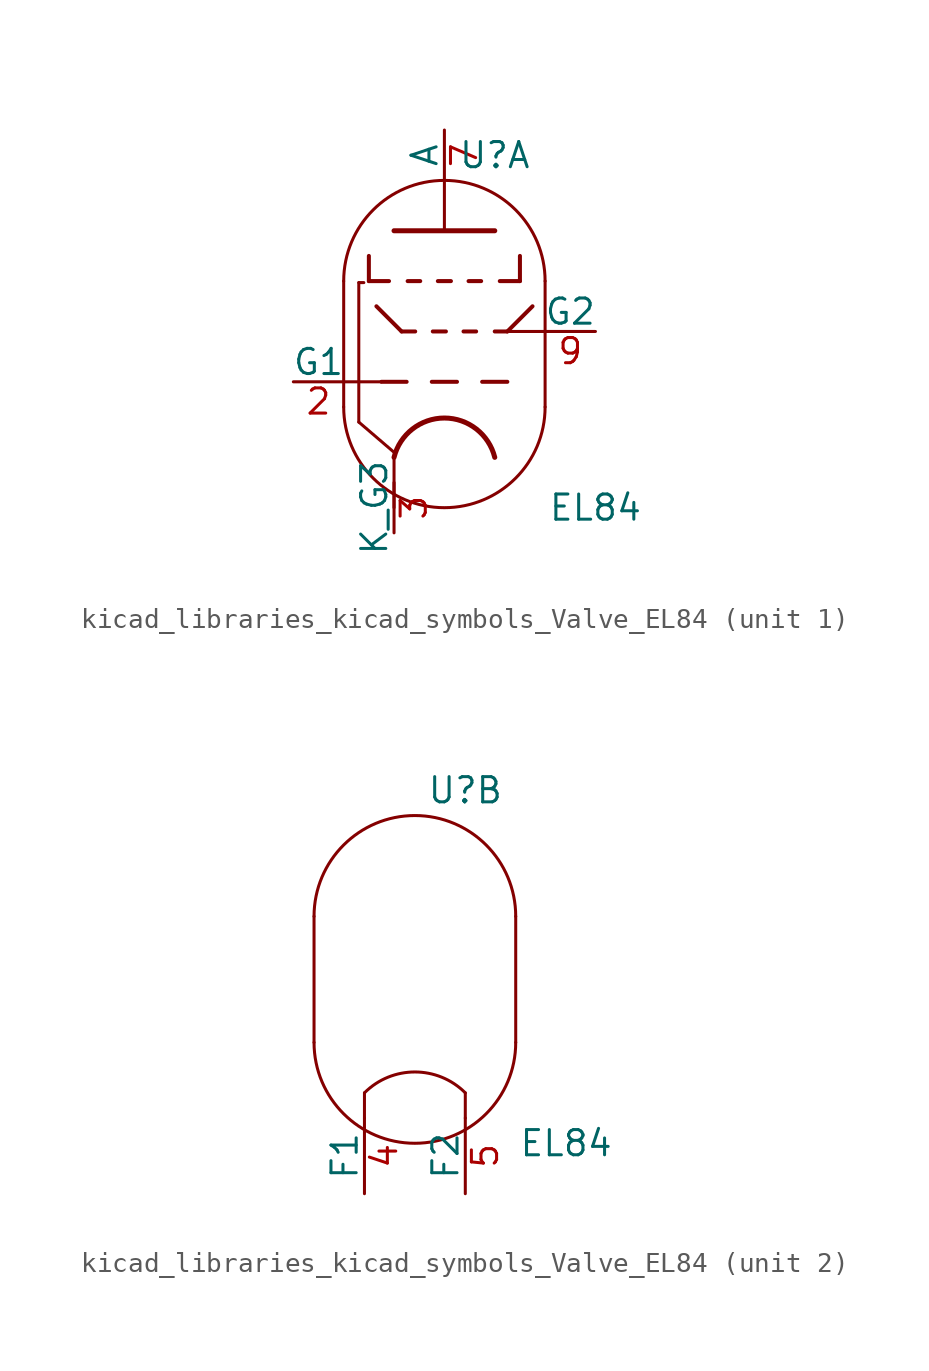
<source format=kicad_sym>
(kicad_symbol_lib
  (version 20220914)
  (generator kicad_symbol_editor)
  (symbol "kicad_libraries_kicad_symbols_Valve_EL84"
    (pin_names
      (offset 0))
    (property "Reference" "U"
      (at 2.54 10.16 0)
      (effects (font (size 1.27 1.27))))
    (property "Value" "EL84"
      (at 7.62 -7.62 0)
      (effects (font (size 1.27 1.27))))
    (property "ki_locked" ""
      (at 0 0 0)
      (effects (font (size 1.27 1.27))))
    (symbol "kicad_libraries_kicad_symbols_Valve_EL84_0_1"
      (arc (start -5.08 -2.54) (mid 0 -7.5979) (end 5.08 -2.54) (stroke (width 0) (type default)) (fill (type none)))
      (polyline (pts (xy -5.08 3.81) (xy -5.08 -2.54) (xy -5.08 -2.54)) (stroke (width 0) (type default)) (fill (type none)))
      (polyline (pts (xy 5.08 -2.54) (xy 5.08 3.81) (xy 5.08 3.81)) (stroke (width 0) (type default)) (fill (type none)))
      (arc (start 5.08 3.81) (mid 0 8.8679) (end -5.08 3.81) (stroke (width 0) (type default)) (fill (type none))))
    (symbol "kicad_libraries_kicad_symbols_Valve_EL84_1_0"
      (polyline (pts (xy -2.54 -5.08) (xy -2.54 -7.62)) (stroke (width 0) (type default)) (fill (type none))))
    (symbol "kicad_libraries_kicad_symbols_Valve_EL84_1_1"
      (polyline (pts (xy -5.08 -1.27) (xy -3.175 -1.27)) (stroke (width 0) (type default)) (fill (type none)))
      (polyline (pts (xy -4.318 -3.302) (xy -4.318 3.734)) (stroke (width 0) (type default)) (fill (type none)))
      (polyline (pts (xy -4.318 -3.302) (xy -2.54 -4.826)) (stroke (width 0) (type default)) (fill (type none)))
      (polyline (pts (xy -4.064 3.734) (xy -4.318 3.734)) (stroke (width 0) (type default)) (fill (type none)))
      (polyline (pts (xy -3.81 3.81) (xy -2.794 3.81)) (stroke (width 0.203) (type default)) (fill (type none)))
      (polyline (pts (xy -3.81 5.08) (xy -3.81 3.81)) (stroke (width 0.203) (type default)) (fill (type none)))
      (polyline (pts (xy -3.429 2.54) (xy -2.159 1.27)) (stroke (width 0.203) (type default)) (fill (type none)))
      (polyline (pts (xy -2.159 1.27) (xy -1.473 1.27)) (stroke (width 0.203) (type default)) (fill (type none)))
      (polyline (pts (xy -1.905 -1.27) (xy -3.175 -1.27)) (stroke (width 0.203) (type default)) (fill (type none)))
      (polyline (pts (xy -1.854 3.81) (xy -1.219 3.81)) (stroke (width 0.203) (type default)) (fill (type none)))
      (polyline (pts (xy -0.635 -1.27) (xy 0.635 -1.27)) (stroke (width 0.203) (type default)) (fill (type none)))
      (polyline (pts (xy -0.584 1.27) (xy 0.076 1.27)) (stroke (width 0.203) (type default)) (fill (type none)))
      (polyline (pts (xy -0.33 3.81) (xy 0.33 3.81)) (stroke (width 0.203) (type default)) (fill (type none)))
      (polyline (pts (xy 0 6.35) (xy 0 8.89)) (stroke (width 0) (type default)) (fill (type none)))
      (polyline (pts (xy 0.965 1.27) (xy 1.6 1.27)) (stroke (width 0.203) (type default)) (fill (type none)))
      (polyline (pts (xy 1.219 3.81) (xy 1.854 3.81)) (stroke (width 0.203) (type default)) (fill (type none)))
      (polyline (pts (xy 1.905 -1.27) (xy 3.175 -1.27)) (stroke (width 0.203) (type default)) (fill (type none)))
      (polyline (pts (xy 2.54 1.27) (xy 3.175 1.27)) (stroke (width 0.203) (type default)) (fill (type none)))
      (polyline (pts (xy 3.175 1.27) (xy 5.08 1.27)) (stroke (width 0) (type default)) (fill (type none)))
      (polyline (pts (xy 3.81 3.81) (xy 2.794 3.81)) (stroke (width 0.203) (type default)) (fill (type none)))
      (polyline (pts (xy 3.81 5.08) (xy 3.81 3.81)) (stroke (width 0.203) (type default)) (fill (type none)))
      (polyline (pts (xy 4.445 2.54) (xy 3.175 1.27)) (stroke (width 0.203) (type default)) (fill (type none)))
      (polyline (pts (xy -2.54 6.35) (xy 2.54 6.35) (xy 2.54 6.35)) (stroke (width 0.254) (type default)) (fill (type none)))
      (arc (start 2.54 -5.08) (mid 0 -3.0968) (end -2.54 -5.08) (stroke (width 0.254) (type default)) (fill (type none)))
      (pin input line (at -7.62 -1.27 0) (length 2.54) (name "G1" (effects (font (size 1.27 1.27)))) (number "2" (effects (font (size 1.27 1.27)))))
      (pin bidirectional line (at -2.54 -8.89 90) (length 2.54) (name "K_G3" (effects (font (size 1.27 1.27)))) (number "3" (effects (font (size 1.27 1.27)))))
      (pin output line (at 0 11.43 270) (length 2.54) (name "A" (effects (font (size 1.27 1.27)))) (number "7" (effects (font (size 1.27 1.27)))))
      (pin input line (at 7.62 1.27 180) (length 2.54) (name "G2" (effects (font (size 1.27 1.27)))) (number "9" (effects (font (size 1.27 1.27))))))
    (symbol "kicad_libraries_kicad_symbols_Valve_EL84_2_1"
      (polyline (pts (xy -2.54 -5.08) (xy -2.54 -6.35) (xy -2.54 -6.35)) (stroke (width 0) (type default)) (fill (type none)))
      (polyline (pts (xy 2.54 -6.35) (xy 2.54 -5.08) (xy 2.54 -5.08)) (stroke (width 0) (type default)) (fill (type none)))
      (arc (start 2.54 -5.08) (mid 0 -4.0279) (end -2.54 -5.08) (stroke (width 0) (type default)) (fill (type none)))
      (pin power_in line (at -2.54 -10.16 90) (length 3.81) (name "F1" (effects (font (size 1.27 1.27)))) (number "4" (effects (font (size 1.27 1.27)))))
      (pin power_in line (at 2.54 -10.16 90) (length 3.81) (name "F2" (effects (font (size 1.27 1.27)))) (number "5" (effects (font (size 1.27 1.27))))))))
</source>
